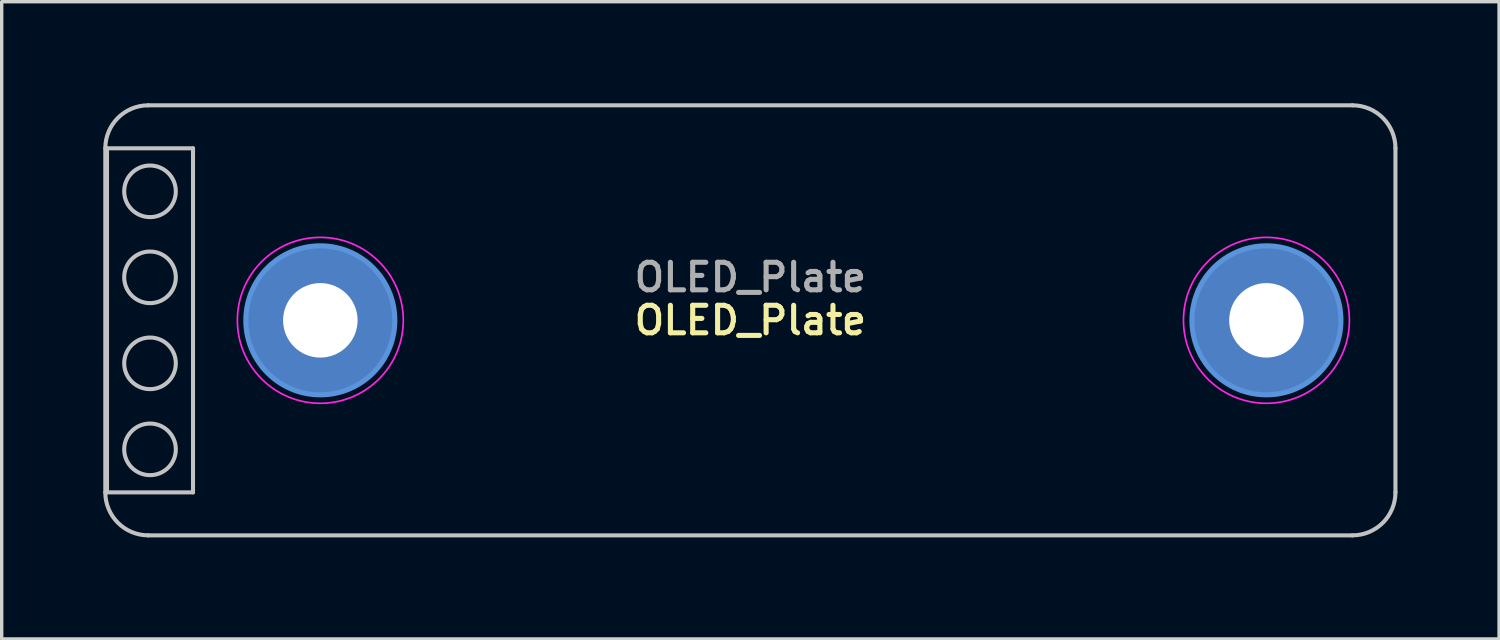
<source format=kicad_pcb>
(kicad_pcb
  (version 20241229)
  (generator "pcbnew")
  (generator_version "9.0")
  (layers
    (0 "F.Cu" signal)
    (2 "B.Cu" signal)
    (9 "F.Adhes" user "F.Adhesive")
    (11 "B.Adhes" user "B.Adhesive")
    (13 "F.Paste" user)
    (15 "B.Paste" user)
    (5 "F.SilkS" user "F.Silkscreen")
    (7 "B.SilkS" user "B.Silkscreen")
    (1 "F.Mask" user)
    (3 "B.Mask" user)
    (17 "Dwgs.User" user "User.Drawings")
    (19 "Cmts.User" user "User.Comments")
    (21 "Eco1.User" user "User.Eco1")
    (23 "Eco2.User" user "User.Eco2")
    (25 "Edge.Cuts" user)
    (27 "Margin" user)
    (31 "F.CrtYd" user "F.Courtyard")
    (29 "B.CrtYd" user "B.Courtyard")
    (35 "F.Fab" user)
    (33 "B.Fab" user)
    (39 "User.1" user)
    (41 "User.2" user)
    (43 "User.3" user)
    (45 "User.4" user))
  (footprint "OLED_Plate"
    (layer "F.Cu")
    (at 19.11 6.41)
    (property "Reference" "OLED_Plate" (at 0 -1.27 0) (layer "F.Fab") (effects (font (size 0.813 0.813) (thickness 0.15))))
    (attr through_hole)
    (fp_line (start -19.05 5.08) (end -19.05 -5.08) (stroke (width 0.12) (type solid)) (layer "Dwgs.User"))
    (fp_line (start -19 -5.08) (end -16.46 -5.08) (stroke (width 0.12) (type solid)) (layer "Dwgs.User"))
    (fp_line (start -19 5.08) (end -19 -5.08) (stroke (width 0.12) (type solid)) (layer "Dwgs.User"))
    (fp_line (start -17.78 -6.35) (end 17.78 -6.35) (stroke (width 0.12) (type solid)) (layer "Dwgs.User"))
    (fp_line (start -16.46 -5.08) (end -16.46 5.08) (stroke (width 0.12) (type solid)) (layer "Dwgs.User"))
    (fp_line (start -16.46 5.08) (end -19 5.08) (stroke (width 0.12) (type solid)) (layer "Dwgs.User"))
    (fp_line (start 17.78 6.35) (end -17.78 6.35) (stroke (width 0.12) (type solid)) (layer "Dwgs.User"))
    (fp_line (start 19.05 -5.08) (end 19.05 5.08) (stroke (width 0.12) (type solid)) (layer "Dwgs.User"))
    (fp_arc (start -19.05 -5.08) (mid -18.678026 -5.978026) (end -17.78 -6.35) (stroke (width 0.12) (type solid)) (layer "Dwgs.User"))
    (fp_arc (start -17.78 6.35) (mid -18.678026 5.978026) (end -19.05 5.08) (stroke (width 0.12) (type solid)) (layer "Dwgs.User"))
    (fp_arc (start 17.78 -6.35) (mid 18.678026 -5.978026) (end 19.05 -5.08) (stroke (width 0.12) (type solid)) (layer "Dwgs.User"))
    (fp_arc (start 19.05 5.08) (mid 18.678026 5.978026) (end 17.78 6.35) (stroke (width 0.12) (type solid)) (layer "Dwgs.User"))
    (fp_circle (center -17.73 -3.81) (end -16.968 -3.81) (stroke (width 0.12) (type solid)) (fill no) (layer "Dwgs.User"))
    (fp_circle (center -17.73 -1.27) (end -16.968 -1.27) (stroke (width 0.12) (type solid)) (fill no) (layer "Dwgs.User"))
    (fp_circle (center -17.73 1.27) (end -16.968 1.27) (stroke (width 0.12) (type solid)) (fill no) (layer "Dwgs.User"))
    (fp_circle (center -17.73 3.81) (end -16.968 3.81) (stroke (width 0.12) (type solid)) (fill no) (layer "Dwgs.User"))
    (fp_circle (center -12.7 0) (end -10.5 0) (stroke (width 0.15) (type solid)) (fill no) (layer "Cmts.User"))
    (fp_circle (center 15.24 0) (end 17.44 0) (stroke (width 0.15) (type solid)) (fill no) (layer "Cmts.User"))
    (fp_circle (center -12.7 0) (end -10.25 0) (stroke (width 0.05) (type solid)) (fill no) (layer "F.CrtYd"))
    (fp_circle (center 15.24 0) (end 17.69 0) (stroke (width 0.05) (type solid)) (fill no) (layer "F.CrtYd"))
    (fp_text user "${REFERENCE}" (at 0 0 0) (layer "F.SilkS") (effects (font (size 0.813 0.813) (thickness 0.15))))
    (pad "1" thru_hole circle (at -12.7 0) (size 4.4 4.4) (drill 2.2) (layers "*.Cu" "*.Mask"))
    (pad "2" thru_hole circle (at 15.24 0) (size 4.4 4.4) (drill 2.2) (layers "*.Cu" "*.Mask")))
  (gr_rect
    (start -3 -3)
    (end 41.22 15.82)
    (stroke (width 0.1) (type default))
    (fill no)
    (layer "Edge.Cuts")))
</source>
